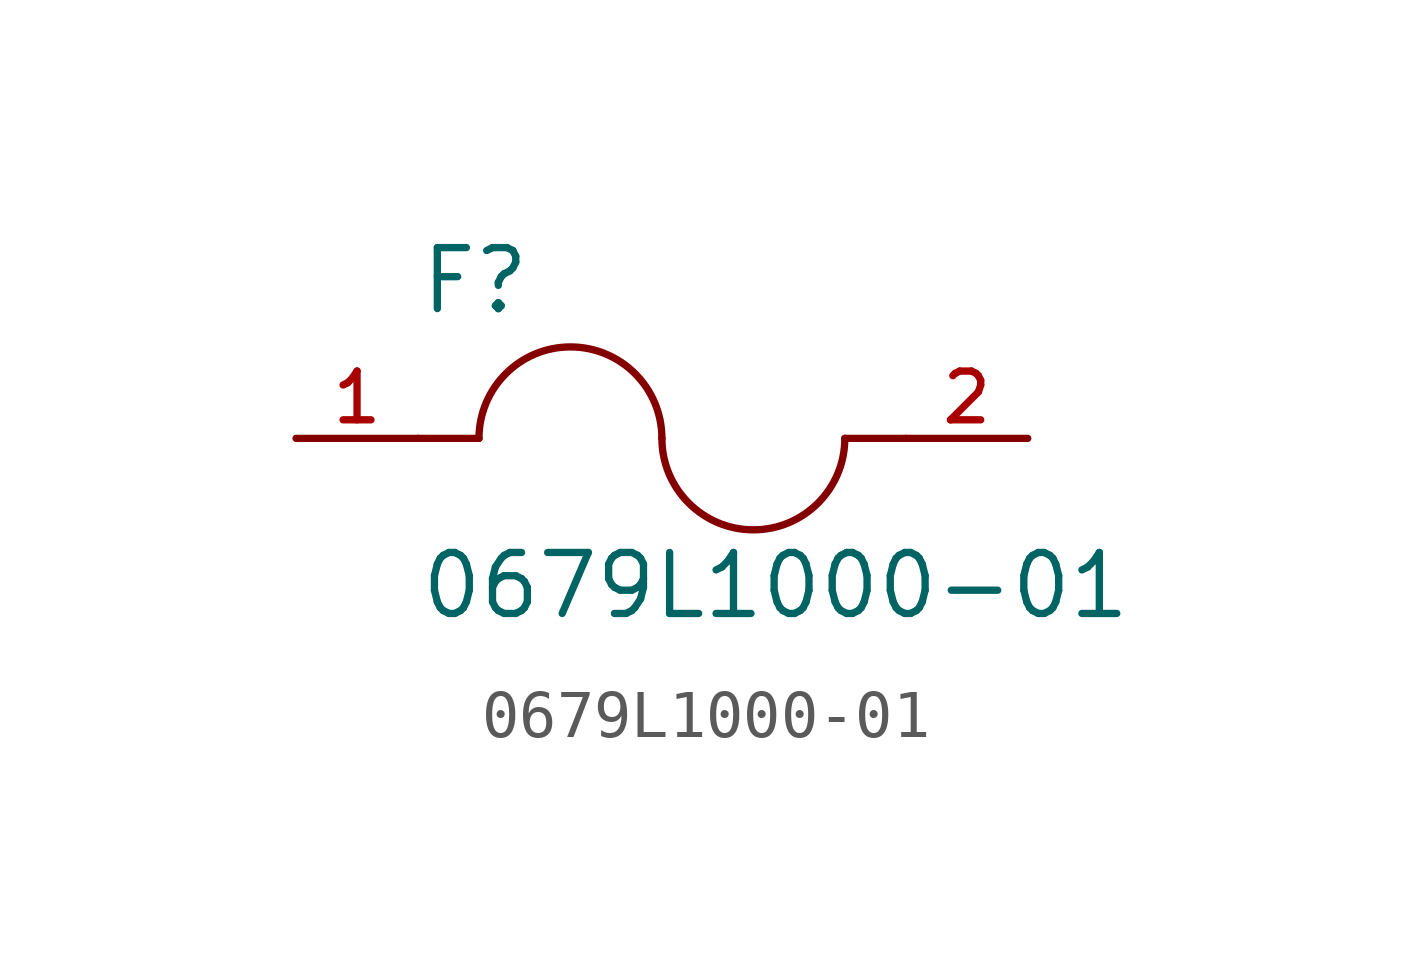
<source format=kicad_sym>
(kicad_symbol_lib
  (version 20211014)
  (generator kicad_symbol_editor)
  (symbol "0679L1000-01"
    (pin_names
      (offset 1.016))
    (property "Reference" "F"
      (at -5.08 2.54 0)
      (effects (font (size 1.27 1.27)) (justify bottom left)))
    (property "Value" "0679L1000-01"
      (at -5.08 -3.81 0)
      (effects (font (size 1.27 1.27)) (justify bottom left)))
    (symbol "0679L1000-01_0_0"
      (arc (start 0.0 0.0) (mid -1.905 1.905) (end -3.81 0.0) (stroke (width 0.1524) (type default) (color 0 0 0 0)) (fill (type none)))
      (arc (start 3.81 0.0) (mid 1.905 -1.905) (end 0.0 0.0) (stroke (width 0.1524) (type default) (color 0 0 0 0)) (fill (type none)))
      (polyline (pts (xy 5.08 0.0) (xy 3.81 0.0)) (stroke (width 0.152)))
      (polyline (pts (xy -5.08 0.0) (xy -3.81 0.0)) (stroke (width 0.152)))
      (pin passive line (at -7.62 0.0 0) (length 2.54) (name "~" (effects (font (size 1.016 1.016)))) (number "1" (effects (font (size 1.016 1.016)))))
      (pin passive line (at 7.62 0.0 180.0) (length 2.54) (name "~" (effects (font (size 1.016 1.016)))) (number "2" (effects (font (size 1.016 1.016))))))))
</source>
